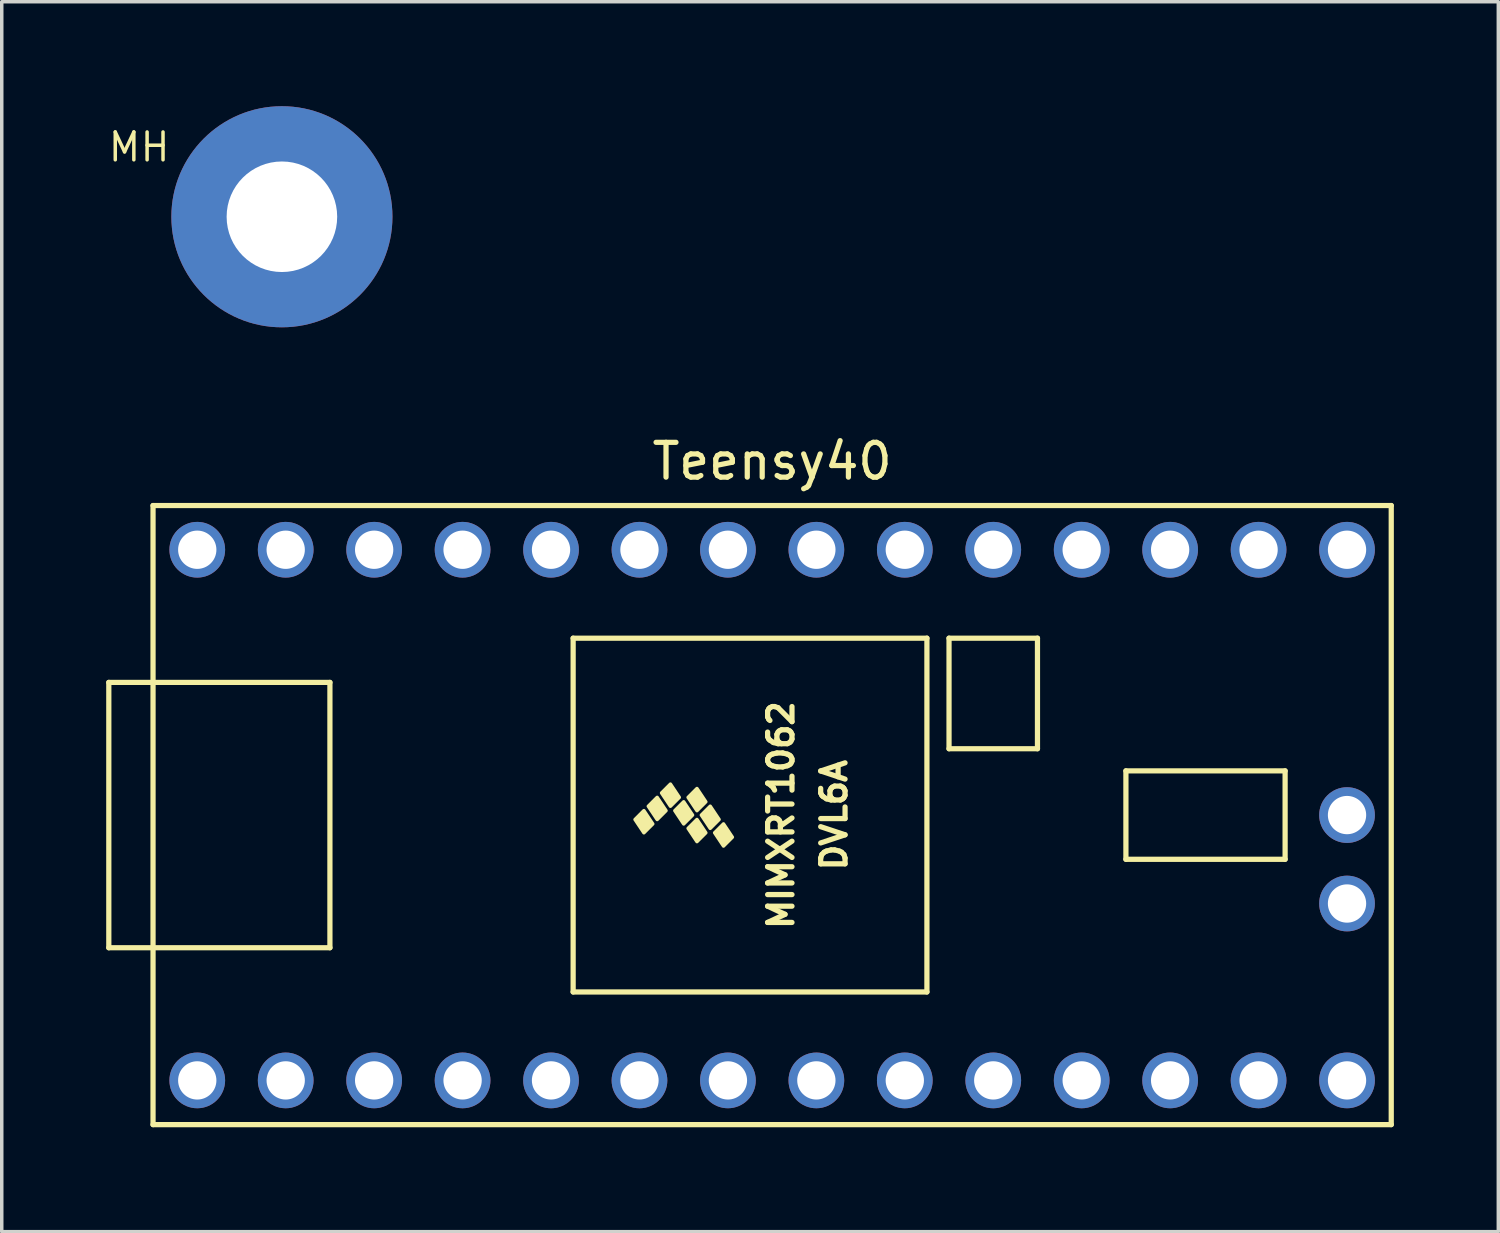
<source format=kicad_pcb>
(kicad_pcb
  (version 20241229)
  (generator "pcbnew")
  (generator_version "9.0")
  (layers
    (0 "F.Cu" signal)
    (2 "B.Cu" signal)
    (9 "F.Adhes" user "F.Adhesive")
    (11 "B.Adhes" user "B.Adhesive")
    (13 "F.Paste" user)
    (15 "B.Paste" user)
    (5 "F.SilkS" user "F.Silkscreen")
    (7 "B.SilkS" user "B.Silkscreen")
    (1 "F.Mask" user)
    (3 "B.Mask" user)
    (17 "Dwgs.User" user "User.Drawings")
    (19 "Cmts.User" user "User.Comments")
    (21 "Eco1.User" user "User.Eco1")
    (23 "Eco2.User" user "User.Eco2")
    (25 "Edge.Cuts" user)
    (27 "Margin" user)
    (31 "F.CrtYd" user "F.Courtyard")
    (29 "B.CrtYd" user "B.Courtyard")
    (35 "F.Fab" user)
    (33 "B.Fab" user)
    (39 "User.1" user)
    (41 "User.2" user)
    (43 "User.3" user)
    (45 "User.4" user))
  (footprint "Teensy40"
    (layer "F.Cu")
    (at 19.125 20.358)
    (property "Reference" "Teensy40" (at 0 -10.16 0) (layer "F.SilkS") (effects (font (size 1 1) (thickness 0.15))))
    (attr through_hole)
    (fp_line (start -19.05 -3.81) (end -17.78 -3.81) (stroke (width 0.15) (type solid)) (layer "F.SilkS"))
    (fp_line (start -19.05 3.81) (end -19.05 -3.81) (stroke (width 0.15) (type solid)) (layer "F.SilkS"))
    (fp_line (start -17.78 -8.89) (end 17.78 -8.89) (stroke (width 0.15) (type solid)) (layer "F.SilkS"))
    (fp_line (start -17.78 3.81) (end -19.05 3.81) (stroke (width 0.15) (type solid)) (layer "F.SilkS"))
    (fp_line (start -17.78 8.89) (end -17.78 -8.89) (stroke (width 0.15) (type solid)) (layer "F.SilkS"))
    (fp_line (start -12.7 -3.81) (end -17.78 -3.81) (stroke (width 0.15) (type solid)) (layer "F.SilkS"))
    (fp_line (start -12.7 3.81) (end -17.78 3.81) (stroke (width 0.15) (type solid)) (layer "F.SilkS"))
    (fp_line (start -12.7 3.81) (end -12.7 -3.81) (stroke (width 0.15) (type solid)) (layer "F.SilkS"))
    (fp_line (start -5.715 -5.08) (end -5.715 5.08) (stroke (width 0.15) (type solid)) (layer "F.SilkS"))
    (fp_line (start 4.445 -5.08) (end -5.715 -5.08) (stroke (width 0.15) (type solid)) (layer "F.SilkS"))
    (fp_line (start 4.445 5.08) (end -5.715 5.08) (stroke (width 0.15) (type solid)) (layer "F.SilkS"))
    (fp_line (start 4.445 5.08) (end 4.445 -5.08) (stroke (width 0.15) (type solid)) (layer "F.SilkS"))
    (fp_line (start 5.08 -5.08) (end 7.62 -5.08) (stroke (width 0.15) (type solid)) (layer "F.SilkS"))
    (fp_line (start 5.08 -1.905) (end 5.08 -5.08) (stroke (width 0.15) (type solid)) (layer "F.SilkS"))
    (fp_line (start 7.62 -5.08) (end 7.62 -1.905) (stroke (width 0.15) (type solid)) (layer "F.SilkS"))
    (fp_line (start 7.62 -1.905) (end 5.08 -1.905) (stroke (width 0.15) (type solid)) (layer "F.SilkS"))
    (fp_line (start 10.16 -1.27) (end 14.732 -1.27) (stroke (width 0.15) (type solid)) (layer "F.SilkS"))
    (fp_line (start 10.16 1.27) (end 10.16 -1.27) (stroke (width 0.15) (type solid)) (layer "F.SilkS"))
    (fp_line (start 14.732 -1.27) (end 14.732 1.27) (stroke (width 0.15) (type solid)) (layer "F.SilkS"))
    (fp_line (start 14.732 1.27) (end 10.16 1.27) (stroke (width 0.15) (type solid)) (layer "F.SilkS"))
    (fp_line (start 17.78 -8.89) (end 17.78 8.89) (stroke (width 0.15) (type solid)) (layer "F.SilkS"))
    (fp_line (start 17.78 8.89) (end -17.78 8.89) (stroke (width 0.15) (type solid)) (layer "F.SilkS"))
    (fp_poly (pts (xy -3.937 0.127) (xy -3.683 -0.127) (xy -3.429 0.254) (xy -3.683 0.508)) (stroke (width 0.1) (type solid)) (fill yes) (layer "F.SilkS"))
    (fp_poly (pts (xy -3.556 -0.254) (xy -3.302 -0.508) (xy -3.048 -0.127) (xy -3.302 0.127)) (stroke (width 0.1) (type solid)) (fill yes) (layer "F.SilkS"))
    (fp_poly (pts (xy -3.175 -0.635) (xy -2.921 -0.889) (xy -2.667 -0.508) (xy -2.921 -0.254)) (stroke (width 0.1) (type solid)) (fill yes) (layer "F.SilkS"))
    (fp_poly (pts (xy -2.794 -0.127) (xy -2.54 -0.381) (xy -2.286 0) (xy -2.54 0.254)) (stroke (width 0.1) (type solid)) (fill yes) (layer "F.SilkS"))
    (fp_poly (pts (xy -2.413 -0.508) (xy -2.159 -0.762) (xy -1.905 -0.381) (xy -2.159 -0.127)) (stroke (width 0.1) (type solid)) (fill yes) (layer "F.SilkS"))
    (fp_poly (pts (xy -2.413 0.381) (xy -2.159 0.127) (xy -1.905 0.508) (xy -2.159 0.762)) (stroke (width 0.1) (type solid)) (fill yes) (layer "F.SilkS"))
    (fp_poly (pts (xy -2.032 0) (xy -1.778 -0.254) (xy -1.524 0.127) (xy -1.778 0.381)) (stroke (width 0.1) (type solid)) (fill yes) (layer "F.SilkS"))
    (fp_poly (pts (xy -1.651 0.508) (xy -1.397 0.254) (xy -1.143 0.635) (xy -1.397 0.889)) (stroke (width 0.1) (type solid)) (fill yes) (layer "F.SilkS"))
    (fp_text user "DVL6A" (at 1.778 0 90) (layer "F.SilkS") (effects (font (size 0.7 0.7) (thickness 0.15))))
    (fp_text user "MIMXRT1062" (at 0.254 0 90) (layer "F.SilkS") (effects (font (size 0.7 0.7) (thickness 0.15))))
    (pad "1" thru_hole circle (at -16.51 7.62) (size 1.6 1.6) (drill 1.1) (layers "*.Cu" "*.Mask"))
    (pad "2" thru_hole circle (at -13.97 7.62) (size 1.6 1.6) (drill 1.1) (layers "*.Cu" "*.Mask"))
    (pad "3" thru_hole circle (at -11.43 7.62) (size 1.6 1.6) (drill 1.1) (layers "*.Cu" "*.Mask"))
    (pad "4" thru_hole circle (at -8.89 7.62) (size 1.6 1.6) (drill 1.1) (layers "*.Cu" "*.Mask"))
    (pad "5" thru_hole circle (at -6.35 7.62) (size 1.6 1.6) (drill 1.1) (layers "*.Cu" "*.Mask"))
    (pad "6" thru_hole circle (at -3.81 7.62) (size 1.6 1.6) (drill 1.1) (layers "*.Cu" "*.Mask"))
    (pad "7" thru_hole circle (at -1.27 7.62) (size 1.6 1.6) (drill 1.1) (layers "*.Cu" "*.Mask"))
    (pad "8" thru_hole circle (at 1.27 7.62) (size 1.6 1.6) (drill 1.1) (layers "*.Cu" "*.Mask"))
    (pad "9" thru_hole circle (at 3.81 7.62) (size 1.6 1.6) (drill 1.1) (layers "*.Cu" "*.Mask"))
    (pad "10" thru_hole circle (at 6.35 7.62) (size 1.6 1.6) (drill 1.1) (layers "*.Cu" "*.Mask"))
    (pad "11" thru_hole circle (at 8.89 7.62) (size 1.6 1.6) (drill 1.1) (layers "*.Cu" "*.Mask"))
    (pad "12" thru_hole circle (at 11.43 7.62) (size 1.6 1.6) (drill 1.1) (layers "*.Cu" "*.Mask"))
    (pad "13" thru_hole circle (at 13.97 7.62) (size 1.6 1.6) (drill 1.1) (layers "*.Cu" "*.Mask"))
    (pad "14" thru_hole circle (at 16.51 7.62) (size 1.6 1.6) (drill 1.1) (layers "*.Cu" "*.Mask"))
    (pad "16" thru_hole circle (at 16.51 2.54) (size 1.6 1.6) (drill 1.1) (layers "*.Cu" "*.Mask"))
    (pad "17" thru_hole circle (at 16.51 0) (size 1.6 1.6) (drill 1.1) (layers "*.Cu" "*.Mask"))
    (pad "20" thru_hole circle (at 16.51 -7.62) (size 1.6 1.6) (drill 1.1) (layers "*.Cu" "*.Mask"))
    (pad "21" thru_hole circle (at 13.97 -7.62) (size 1.6 1.6) (drill 1.1) (layers "*.Cu" "*.Mask"))
    (pad "22" thru_hole circle (at 11.43 -7.62) (size 1.6 1.6) (drill 1.1) (layers "*.Cu" "*.Mask"))
    (pad "23" thru_hole circle (at 8.89 -7.62) (size 1.6 1.6) (drill 1.1) (layers "*.Cu" "*.Mask"))
    (pad "24" thru_hole circle (at 6.35 -7.62) (size 1.6 1.6) (drill 1.1) (layers "*.Cu" "*.Mask"))
    (pad "25" thru_hole circle (at 3.81 -7.62) (size 1.6 1.6) (drill 1.1) (layers "*.Cu" "*.Mask"))
    (pad "26" thru_hole circle (at 1.27 -7.62) (size 1.6 1.6) (drill 1.1) (layers "*.Cu" "*.Mask"))
    (pad "27" thru_hole circle (at -1.27 -7.62) (size 1.6 1.6) (drill 1.1) (layers "*.Cu" "*.Mask"))
    (pad "28" thru_hole circle (at -3.81 -7.62) (size 1.6 1.6) (drill 1.1) (layers "*.Cu" "*.Mask"))
    (pad "29" thru_hole circle (at -6.35 -7.62) (size 1.6 1.6) (drill 1.1) (layers "*.Cu" "*.Mask"))
    (pad "30" thru_hole circle (at -8.89 -7.62) (size 1.6 1.6) (drill 1.1) (layers "*.Cu" "*.Mask"))
    (pad "31" thru_hole circle (at -11.43 -7.62) (size 1.6 1.6) (drill 1.1) (layers "*.Cu" "*.Mask"))
    (pad "32" thru_hole circle (at -13.97 -7.62) (size 1.6 1.6) (drill 1.1) (layers "*.Cu" "*.Mask"))
    (pad "33" thru_hole circle (at -16.51 -7.62) (size 1.6 1.6) (drill 1.1) (layers "*.Cu" "*.Mask")))
  (footprint "MH"
    (layer "F.Cu")
    (at 5.046 3.175)
    (property "Reference" "MH" (at -4.1 -2 0) (layer "F.SilkS") (effects (font (size 0.8 0.8) (thickness 0.1))))
    (attr through_hole)
    (pad "1" thru_hole circle (at 0 0) (size 6.35 6.35) (drill 3.175) (layers "*.Cu" "*.Mask")))
  (gr_rect
    (start -3 -3)
    (end 39.98 32.323)
    (stroke (width 0.1) (type default))
    (fill no)
    (layer "Edge.Cuts")))
</source>
